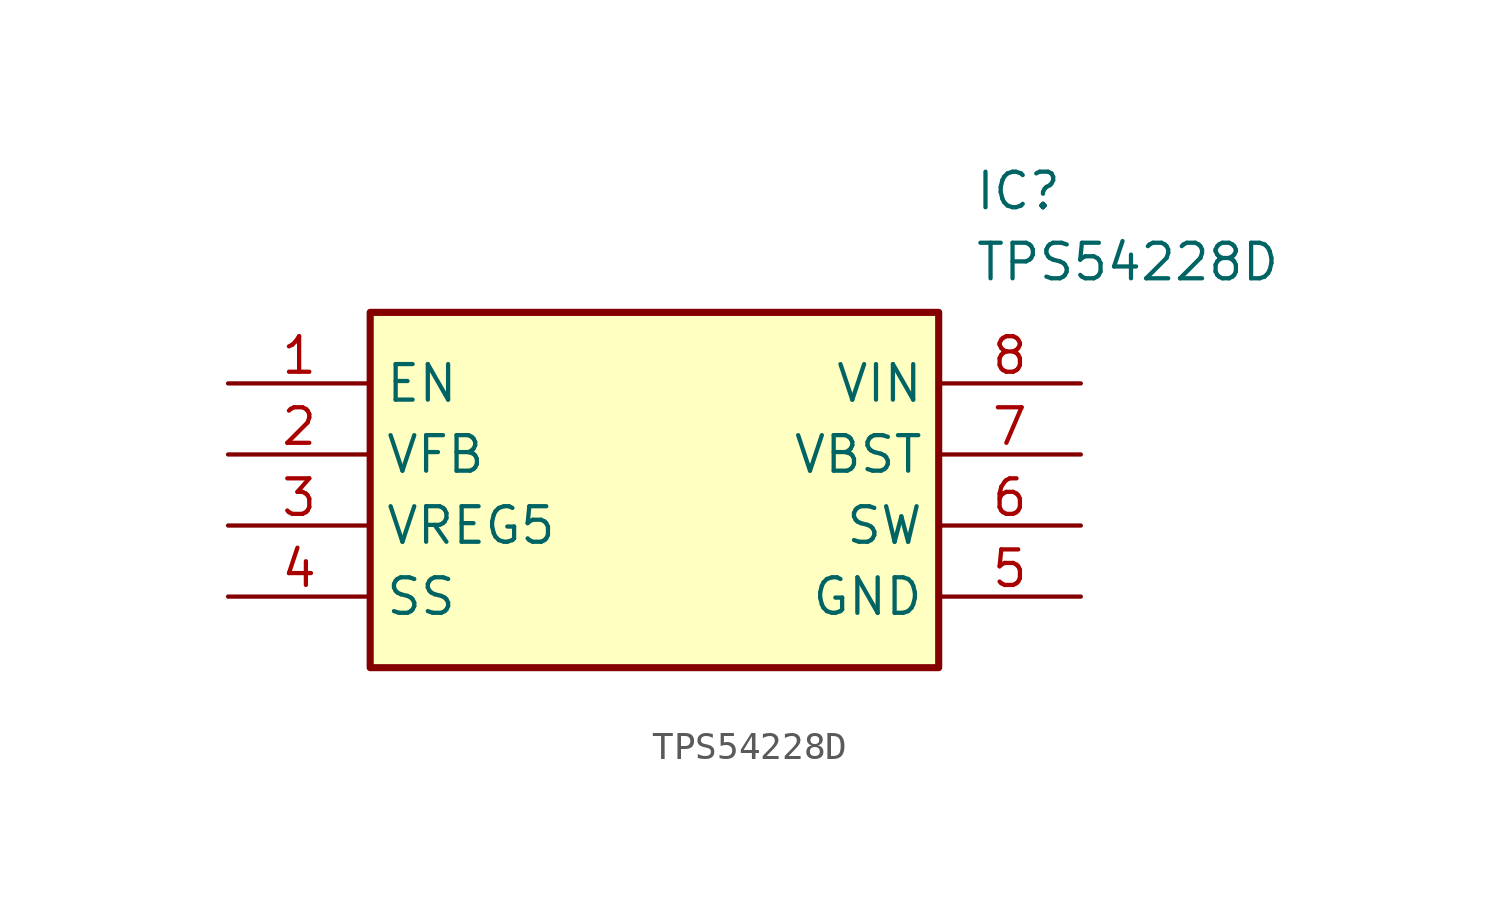
<source format=kicad_sym>
(kicad_symbol_lib
  (version 20211014)
  (generator SamacSys_ECAD_Model)
  (symbol "TPS54228D"
    (property "Reference" "IC"
      (at 26.67 7.62 0)
      (effects (font (size 1.27 1.27)) (justify left top)))
    (property "Value" "TPS54228D"
      (at 26.67 5.08 0)
      (effects (font (size 1.27 1.27)) (justify left top)))
    (rectangle
      (start 5.08 2.54)
      (end 25.4 -10.16)
      (stroke (width 0.254) (type default))
      (fill (type background)))
    (pin passive line
      (at 0 0 0)
      (length 5.08)
      (name "EN" (effects (font (size 1.27 1.27))))
      (number "1" (effects (font (size 1.27 1.27)))))
    (pin passive line
      (at 0 -2.54 0)
      (length 5.08)
      (name "VFB" (effects (font (size 1.27 1.27))))
      (number "2" (effects (font (size 1.27 1.27)))))
    (pin passive line
      (at 0 -5.08 0)
      (length 5.08)
      (name "VREG5" (effects (font (size 1.27 1.27))))
      (number "3" (effects (font (size 1.27 1.27)))))
    (pin passive line
      (at 0 -7.62 0)
      (length 5.08)
      (name "SS" (effects (font (size 1.27 1.27))))
      (number "4" (effects (font (size 1.27 1.27)))))
    (pin passive line
      (at 30.48 0 180)
      (length 5.08)
      (name "VIN" (effects (font (size 1.27 1.27))))
      (number "8" (effects (font (size 1.27 1.27)))))
    (pin passive line
      (at 30.48 -2.54 180)
      (length 5.08)
      (name "VBST" (effects (font (size 1.27 1.27))))
      (number "7" (effects (font (size 1.27 1.27)))))
    (pin passive line
      (at 30.48 -5.08 180)
      (length 5.08)
      (name "SW" (effects (font (size 1.27 1.27))))
      (number "6" (effects (font (size 1.27 1.27)))))
    (pin passive line
      (at 30.48 -7.62 180)
      (length 5.08)
      (name "GND" (effects (font (size 1.27 1.27))))
      (number "5" (effects (font (size 1.27 1.27)))))))
</source>
